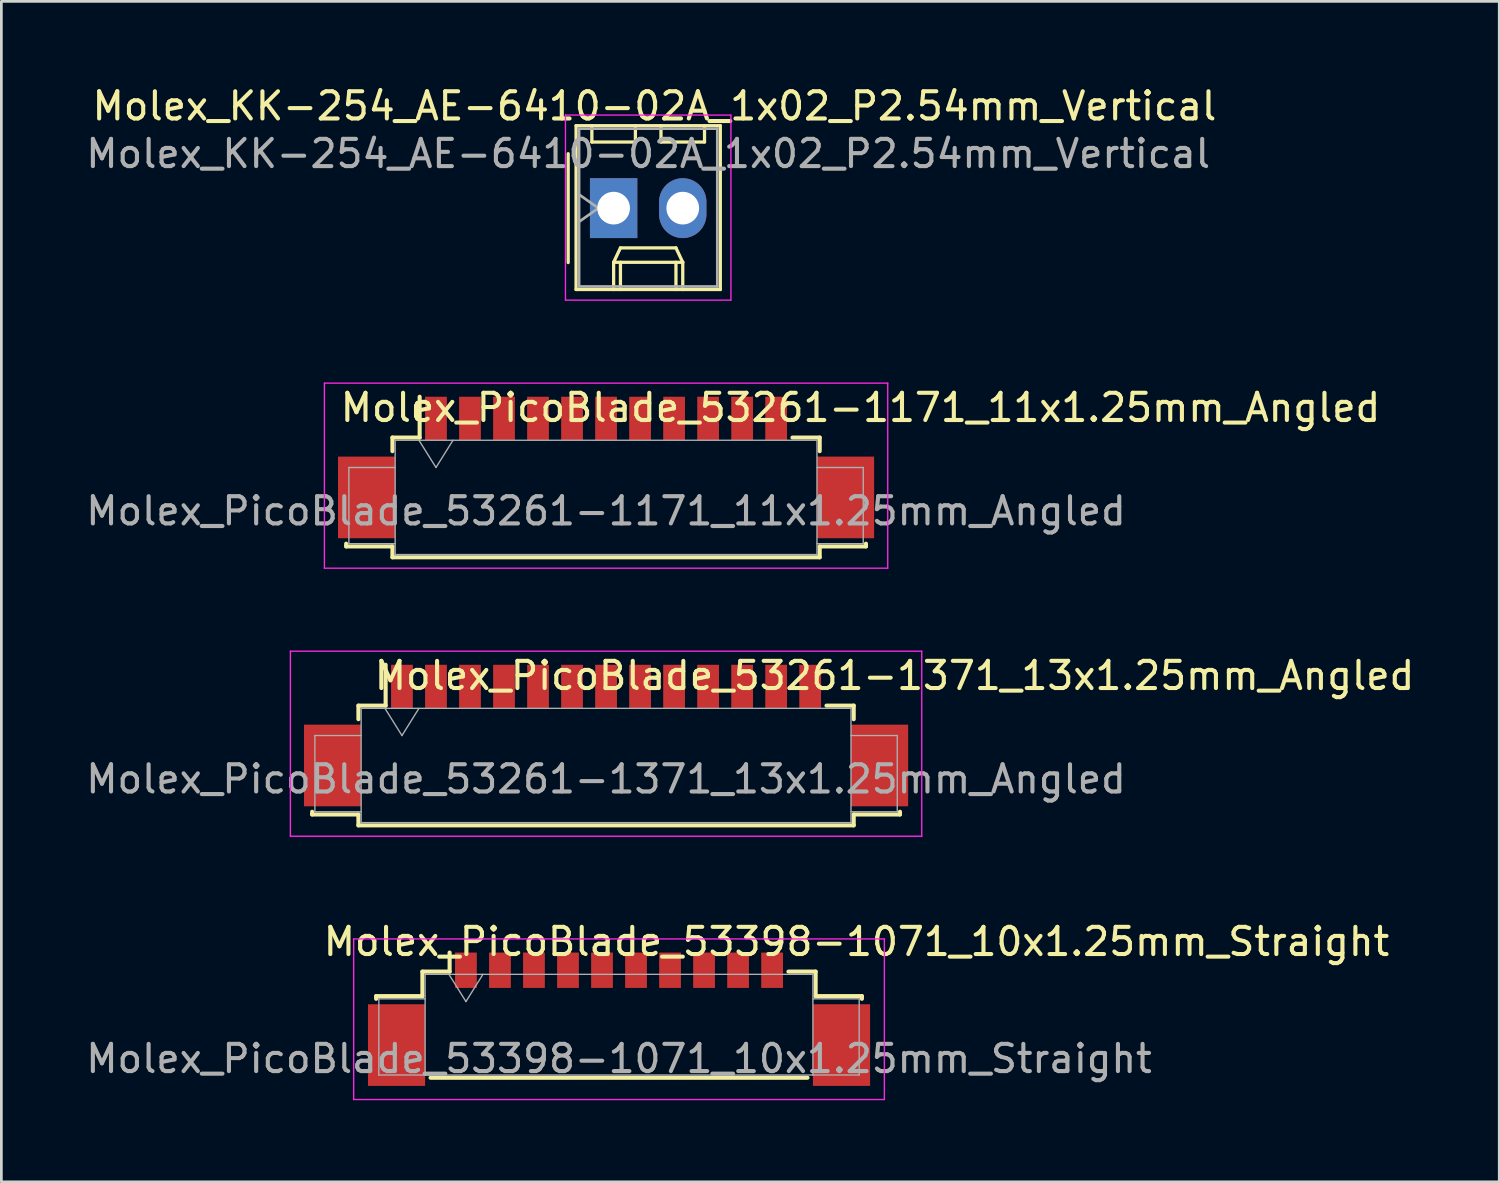
<source format=kicad_pcb>
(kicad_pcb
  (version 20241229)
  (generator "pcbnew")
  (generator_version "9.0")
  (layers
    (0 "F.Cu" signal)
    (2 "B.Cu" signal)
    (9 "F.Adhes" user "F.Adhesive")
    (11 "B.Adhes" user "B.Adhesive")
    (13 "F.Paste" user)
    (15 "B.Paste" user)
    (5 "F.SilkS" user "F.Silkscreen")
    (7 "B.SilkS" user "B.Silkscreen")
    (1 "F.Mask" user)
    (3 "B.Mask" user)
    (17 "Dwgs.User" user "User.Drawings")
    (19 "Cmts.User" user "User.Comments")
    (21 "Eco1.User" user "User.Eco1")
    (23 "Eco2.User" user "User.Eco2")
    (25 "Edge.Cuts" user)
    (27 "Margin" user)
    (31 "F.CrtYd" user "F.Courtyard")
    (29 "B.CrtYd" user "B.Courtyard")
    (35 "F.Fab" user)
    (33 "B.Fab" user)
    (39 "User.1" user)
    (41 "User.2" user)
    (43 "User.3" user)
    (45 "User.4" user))
  (footprint "Molex_PicoBlade_53398-1071_10x1.25mm_Straight"
    (layer "F.Cu")
    (at 19.696 35.352)
    (property "Reference" "Molex_PicoBlade_53398-1071_10x1.25mm_Straight" (at 0 0.5 0) (layer "F.Fab") (effects (font (size 1 1) (thickness 0.15))))
    (attr through_hole)
    (fp_line (start -8.925 -1.8) (end -8.925 -1.7) (stroke (width 0.15) (type solid)) (layer "F.SilkS"))
    (fp_line (start -7.225 -2.7) (end -7.225 -1.8) (stroke (width 0.15) (type solid)) (layer "F.SilkS"))
    (fp_line (start -7.225 -1.8) (end -8.925 -1.8) (stroke (width 0.15) (type solid)) (layer "F.SilkS"))
    (fp_line (start -6.925 1.2) (end 6.925 1.2) (stroke (width 0.15) (type solid)) (layer "F.SilkS"))
    (fp_line (start -6.225 -3.4) (end -6.225 -2.7) (stroke (width 0.15) (type solid)) (layer "F.SilkS"))
    (fp_line (start -6.225 -2.7) (end -7.225 -2.7) (stroke (width 0.15) (type solid)) (layer "F.SilkS"))
    (fp_line (start 6.225 -2.7) (end 7.225 -2.7) (stroke (width 0.15) (type solid)) (layer "F.SilkS"))
    (fp_line (start 7.225 -2.7) (end 7.225 -1.8) (stroke (width 0.15) (type solid)) (layer "F.SilkS"))
    (fp_line (start 7.225 -1.8) (end 8.925 -1.8) (stroke (width 0.15) (type solid)) (layer "F.SilkS"))
    (fp_line (start 8.925 -1.8) (end 8.925 -1.7) (stroke (width 0.15) (type solid)) (layer "F.SilkS"))
    (fp_line (start -9.75 -3.9) (end -9.75 2) (stroke (width 0.05) (type solid)) (layer "F.CrtYd"))
    (fp_line (start -9.75 2) (end 9.75 2) (stroke (width 0.05) (type solid)) (layer "F.CrtYd"))
    (fp_line (start 9.75 -3.9) (end -9.75 -3.9) (stroke (width 0.05) (type solid)) (layer "F.CrtYd"))
    (fp_line (start 9.75 2) (end 9.75 -3.9) (stroke (width 0.05) (type solid)) (layer "F.CrtYd"))
    (fp_line (start -8.825 -1.7) (end -7.125 -1.7) (stroke (width 0.05) (type solid)) (layer "F.Fab"))
    (fp_line (start -8.825 1.1) (end -8.825 -1.7) (stroke (width 0.05) (type solid)) (layer "F.Fab"))
    (fp_line (start -7.125 -2.6) (end 7.125 -2.6) (stroke (width 0.05) (type solid)) (layer "F.Fab"))
    (fp_line (start -7.125 1.1) (end -8.825 1.1) (stroke (width 0.05) (type solid)) (layer "F.Fab"))
    (fp_line (start -7.125 1.1) (end -7.125 -2.6) (stroke (width 0.05) (type solid)) (layer "F.Fab"))
    (fp_line (start -6.25 -2.6) (end -5.625 -1.6) (stroke (width 0.05) (type solid)) (layer "F.Fab"))
    (fp_line (start -5.625 -1.6) (end -5 -2.6) (stroke (width 0.05) (type solid)) (layer "F.Fab"))
    (fp_line (start 7.125 -2.6) (end 7.125 1.1) (stroke (width 0.05) (type solid)) (layer "F.Fab"))
    (fp_line (start 7.125 -1.7) (end 8.825 -1.7) (stroke (width 0.05) (type solid)) (layer "F.Fab"))
    (fp_line (start 7.125 1.1) (end -7.125 1.1) (stroke (width 0.05) (type solid)) (layer "F.Fab"))
    (fp_line (start 8.825 -1.7) (end 8.825 1.1) (stroke (width 0.05) (type solid)) (layer "F.Fab"))
    (fp_line (start 8.825 1.1) (end 7.125 1.1) (stroke (width 0.05) (type solid)) (layer "F.Fab"))
    (fp_text user "${REFERENCE}" (at 8.725 -3.8 0) (layer "F.SilkS") (effects (font (size 1 1) (thickness 0.15))))
    (pad "" smd rect (at -8.175 0) (size 2.1 3) (layers "F.Cu" "F.Mask" "F.Paste"))
    (pad "" smd rect (at 8.175 0) (size 2.1 3) (layers "F.Cu" "F.Mask" "F.Paste"))
    (pad "1" smd rect (at -5.625 -2.75) (size 0.8 1.3) (layers "F.Cu" "F.Mask" "F.Paste"))
    (pad "2" smd rect (at -4.375 -2.75) (size 0.8 1.3) (layers "F.Cu" "F.Mask" "F.Paste"))
    (pad "3" smd rect (at -3.125 -2.75) (size 0.8 1.3) (layers "F.Cu" "F.Mask" "F.Paste"))
    (pad "4" smd rect (at -1.875 -2.75) (size 0.8 1.3) (layers "F.Cu" "F.Mask" "F.Paste"))
    (pad "5" smd rect (at -0.625 -2.75) (size 0.8 1.3) (layers "F.Cu" "F.Mask" "F.Paste"))
    (pad "6" smd rect (at 0.625 -2.75) (size 0.8 1.3) (layers "F.Cu" "F.Mask" "F.Paste"))
    (pad "7" smd rect (at 1.875 -2.75) (size 0.8 1.3) (layers "F.Cu" "F.Mask" "F.Paste"))
    (pad "8" smd rect (at 3.125 -2.75) (size 0.8 1.3) (layers "F.Cu" "F.Mask" "F.Paste"))
    (pad "9" smd rect (at 4.375 -2.75) (size 0.8 1.3) (layers "F.Cu" "F.Mask" "F.Paste"))
    (pad "10" smd rect (at 5.625 -2.75) (size 0.8 1.3) (layers "F.Cu" "F.Mask" "F.Paste")))
  (footprint "Molex_KK-254_AE-6410-02A_1x02_P2.54mm_Vertical"
    (layer "F.Cu")
    (at 19.498 4.598)
    (property "Reference" "Molex_KK-254_AE-6410-02A_1x02_P2.54mm_Vertical" (at 1.27 -2 0) (layer "F.Fab") (effects (font (size 1 1) (thickness 0.15))))
    (attr through_hole)
    (fp_line (start -1.67 -2) (end -1.67 2) (stroke (width 0.12) (type solid)) (layer "F.SilkS"))
    (fp_line (start -1.38 -3.03) (end -1.38 2.99) (stroke (width 0.12) (type solid)) (layer "F.SilkS"))
    (fp_line (start -1.38 2.99) (end 3.92 2.99) (stroke (width 0.12) (type solid)) (layer "F.SilkS"))
    (fp_line (start -0.8 -3.03) (end -0.8 -2.43) (stroke (width 0.12) (type solid)) (layer "F.SilkS"))
    (fp_line (start -0.8 -2.43) (end 0.8 -2.43) (stroke (width 0.12) (type solid)) (layer "F.SilkS"))
    (fp_line (start 0 1.99) (end 0.25 1.46) (stroke (width 0.12) (type solid)) (layer "F.SilkS"))
    (fp_line (start 0 1.99) (end 2.54 1.99) (stroke (width 0.12) (type solid)) (layer "F.SilkS"))
    (fp_line (start 0 2.99) (end 0 1.99) (stroke (width 0.12) (type solid)) (layer "F.SilkS"))
    (fp_line (start 0.25 1.46) (end 2.29 1.46) (stroke (width 0.12) (type solid)) (layer "F.SilkS"))
    (fp_line (start 0.25 2.99) (end 0.25 1.99) (stroke (width 0.12) (type solid)) (layer "F.SilkS"))
    (fp_line (start 0.8 -2.43) (end 0.8 -3.03) (stroke (width 0.12) (type solid)) (layer "F.SilkS"))
    (fp_line (start 1.74 -3.03) (end 1.74 -2.43) (stroke (width 0.12) (type solid)) (layer "F.SilkS"))
    (fp_line (start 1.74 -2.43) (end 3.34 -2.43) (stroke (width 0.12) (type solid)) (layer "F.SilkS"))
    (fp_line (start 2.29 1.46) (end 2.54 1.99) (stroke (width 0.12) (type solid)) (layer "F.SilkS"))
    (fp_line (start 2.29 2.99) (end 2.29 1.99) (stroke (width 0.12) (type solid)) (layer "F.SilkS"))
    (fp_line (start 2.54 1.99) (end 2.54 2.99) (stroke (width 0.12) (type solid)) (layer "F.SilkS"))
    (fp_line (start 3.34 -2.43) (end 3.34 -3.03) (stroke (width 0.12) (type solid)) (layer "F.SilkS"))
    (fp_line (start 3.92 -3.03) (end -1.38 -3.03) (stroke (width 0.12) (type solid)) (layer "F.SilkS"))
    (fp_line (start 3.92 2.99) (end 3.92 -3.03) (stroke (width 0.12) (type solid)) (layer "F.SilkS"))
    (fp_line (start -1.77 -3.42) (end -1.77 3.38) (stroke (width 0.05) (type solid)) (layer "F.CrtYd"))
    (fp_line (start -1.77 3.38) (end 4.31 3.38) (stroke (width 0.05) (type solid)) (layer "F.CrtYd"))
    (fp_line (start 4.31 -3.42) (end -1.77 -3.42) (stroke (width 0.05) (type solid)) (layer "F.CrtYd"))
    (fp_line (start 4.31 3.38) (end 4.31 -3.42) (stroke (width 0.05) (type solid)) (layer "F.CrtYd"))
    (fp_line (start -1.27 -2.92) (end -1.27 2.88) (stroke (width 0.1) (type solid)) (layer "F.Fab"))
    (fp_line (start -1.27 -0.5) (end -0.563 0) (stroke (width 0.1) (type solid)) (layer "F.Fab"))
    (fp_line (start -1.27 2.88) (end 3.81 2.88) (stroke (width 0.1) (type solid)) (layer "F.Fab"))
    (fp_line (start -0.563 0) (end -1.27 0.5) (stroke (width 0.1) (type solid)) (layer "F.Fab"))
    (fp_line (start 3.81 -2.92) (end -1.27 -2.92) (stroke (width 0.1) (type solid)) (layer "F.Fab"))
    (fp_line (start 3.81 2.88) (end 3.81 -2.92) (stroke (width 0.1) (type solid)) (layer "F.Fab"))
    (fp_text user "${REFERENCE}" (at 1.5 -3.75 0) (layer "F.SilkS") (effects (font (size 1 1) (thickness 0.15))))
    (pad "1" thru_hole rect (at 0 0) (size 1.74 2.2) (drill 1.2) (layers "*.Cu" "*.Mask"))
    (pad "2" thru_hole oval (at 2.54 0) (size 1.74 2.2) (drill 1.2) (layers "*.Cu" "*.Mask")))
  (footprint "Molex_PicoBlade_53261-1171_11x1.25mm_Angled"
    (layer "F.Cu")
    (at 19.22 15.228)
    (property "Reference" "Molex_PicoBlade_53261-1171_11x1.25mm_Angled" (at 0 0.5 0) (layer "F.Fab") (effects (font (size 1 1) (thickness 0.15))))
    (attr through_hole)
    (fp_line (start -9.55 1.7) (end -9.55 1.8) (stroke (width 0.15) (type solid)) (layer "F.SilkS"))
    (fp_line (start -9.55 1.8) (end -7.85 1.8) (stroke (width 0.15) (type solid)) (layer "F.SilkS"))
    (fp_line (start -7.85 -2.2) (end -7.85 -1.7) (stroke (width 0.15) (type solid)) (layer "F.SilkS"))
    (fp_line (start -7.85 1.8) (end -7.85 2.2) (stroke (width 0.15) (type solid)) (layer "F.SilkS"))
    (fp_line (start -7.85 2.2) (end 7.85 2.2) (stroke (width 0.15) (type solid)) (layer "F.SilkS"))
    (fp_line (start -6.85 -3.7) (end -6.85 -2.2) (stroke (width 0.15) (type solid)) (layer "F.SilkS"))
    (fp_line (start -6.85 -2.2) (end -7.85 -2.2) (stroke (width 0.15) (type solid)) (layer "F.SilkS"))
    (fp_line (start 6.85 -2.2) (end 7.85 -2.2) (stroke (width 0.15) (type solid)) (layer "F.SilkS"))
    (fp_line (start 7.85 -2.2) (end 7.85 -1.7) (stroke (width 0.15) (type solid)) (layer "F.SilkS"))
    (fp_line (start 7.85 1.8) (end 9.55 1.8) (stroke (width 0.15) (type solid)) (layer "F.SilkS"))
    (fp_line (start 7.85 2.2) (end 7.85 1.8) (stroke (width 0.15) (type solid)) (layer "F.SilkS"))
    (fp_line (start 9.55 1.8) (end 9.55 1.7) (stroke (width 0.15) (type solid)) (layer "F.SilkS"))
    (fp_line (start -10.35 -4.2) (end -10.35 2.6) (stroke (width 0.05) (type solid)) (layer "F.CrtYd"))
    (fp_line (start -10.35 2.6) (end 10.35 2.6) (stroke (width 0.05) (type solid)) (layer "F.CrtYd"))
    (fp_line (start 10.35 -4.2) (end -10.35 -4.2) (stroke (width 0.05) (type solid)) (layer "F.CrtYd"))
    (fp_line (start 10.35 2.6) (end 10.35 -4.2) (stroke (width 0.05) (type solid)) (layer "F.CrtYd"))
    (fp_line (start -9.45 -1.1) (end -7.75 -1.1) (stroke (width 0.05) (type solid)) (layer "F.Fab"))
    (fp_line (start -9.45 1.7) (end -9.45 -1.1) (stroke (width 0.05) (type solid)) (layer "F.Fab"))
    (fp_line (start -7.75 -2.1) (end 7.75 -2.1) (stroke (width 0.05) (type solid)) (layer "F.Fab"))
    (fp_line (start -7.75 1.7) (end -9.45 1.7) (stroke (width 0.05) (type solid)) (layer "F.Fab"))
    (fp_line (start -7.75 2.1) (end -7.75 -2.1) (stroke (width 0.05) (type solid)) (layer "F.Fab"))
    (fp_line (start -6.875 -2.1) (end -6.25 -1.1) (stroke (width 0.05) (type solid)) (layer "F.Fab"))
    (fp_line (start -6.25 -1.1) (end -5.625 -2.1) (stroke (width 0.05) (type solid)) (layer "F.Fab"))
    (fp_line (start 7.75 -2.1) (end 7.75 2.1) (stroke (width 0.05) (type solid)) (layer "F.Fab"))
    (fp_line (start 7.75 -1.1) (end 9.45 -1.1) (stroke (width 0.05) (type solid)) (layer "F.Fab"))
    (fp_line (start 7.75 2.1) (end -7.75 2.1) (stroke (width 0.05) (type solid)) (layer "F.Fab"))
    (fp_line (start 9.45 -1.1) (end 9.45 1.7) (stroke (width 0.05) (type solid)) (layer "F.Fab"))
    (fp_line (start 9.45 1.7) (end 7.75 1.7) (stroke (width 0.05) (type solid)) (layer "F.Fab"))
    (fp_text user "${REFERENCE}" (at 9.35 -3.3 0) (layer "F.SilkS") (effects (font (size 1 1) (thickness 0.15))))
    (pad "" smd rect (at -8.8 0) (size 2.1 3) (layers "F.Cu" "F.Mask" "F.Paste"))
    (pad "" smd rect (at 8.8 0) (size 2.1 3) (layers "F.Cu" "F.Mask" "F.Paste"))
    (pad "1" smd rect (at -6.25 -2.9) (size 0.8 1.6) (layers "F.Cu" "F.Mask" "F.Paste"))
    (pad "2" smd rect (at -5 -2.9) (size 0.8 1.6) (layers "F.Cu" "F.Mask" "F.Paste"))
    (pad "3" smd rect (at -3.75 -2.9) (size 0.8 1.6) (layers "F.Cu" "F.Mask" "F.Paste"))
    (pad "4" smd rect (at -2.5 -2.9) (size 0.8 1.6) (layers "F.Cu" "F.Mask" "F.Paste"))
    (pad "5" smd rect (at -1.25 -2.9) (size 0.8 1.6) (layers "F.Cu" "F.Mask" "F.Paste"))
    (pad "6" smd rect (at 0 -2.9) (size 0.8 1.6) (layers "F.Cu" "F.Mask" "F.Paste"))
    (pad "7" smd rect (at 1.25 -2.9) (size 0.8 1.6) (layers "F.Cu" "F.Mask" "F.Paste"))
    (pad "8" smd rect (at 2.5 -2.9) (size 0.8 1.6) (layers "F.Cu" "F.Mask" "F.Paste"))
    (pad "9" smd rect (at 3.75 -2.9) (size 0.8 1.6) (layers "F.Cu" "F.Mask" "F.Paste"))
    (pad "10" smd rect (at 5 -2.9) (size 0.8 1.6) (layers "F.Cu" "F.Mask" "F.Paste"))
    (pad "11" smd rect (at 6.25 -2.9) (size 0.8 1.6) (layers "F.Cu" "F.Mask" "F.Paste")))
  (footprint "Molex_PicoBlade_53261-1371_13x1.25mm_Angled"
    (layer "F.Cu")
    (at 19.22 25.078)
    (property "Reference" "Molex_PicoBlade_53261-1371_13x1.25mm_Angled" (at 0 0.5 0) (layer "F.Fab") (effects (font (size 1 1) (thickness 0.15))))
    (attr through_hole)
    (fp_line (start -10.8 1.7) (end -10.8 1.8) (stroke (width 0.15) (type solid)) (layer "F.SilkS"))
    (fp_line (start -10.8 1.8) (end -9.1 1.8) (stroke (width 0.15) (type solid)) (layer "F.SilkS"))
    (fp_line (start -9.1 -2.2) (end -9.1 -1.7) (stroke (width 0.15) (type solid)) (layer "F.SilkS"))
    (fp_line (start -9.1 1.8) (end -9.1 2.2) (stroke (width 0.15) (type solid)) (layer "F.SilkS"))
    (fp_line (start -9.1 2.2) (end 9.1 2.2) (stroke (width 0.15) (type solid)) (layer "F.SilkS"))
    (fp_line (start -8.1 -3.7) (end -8.1 -2.2) (stroke (width 0.15) (type solid)) (layer "F.SilkS"))
    (fp_line (start -8.1 -2.2) (end -9.1 -2.2) (stroke (width 0.15) (type solid)) (layer "F.SilkS"))
    (fp_line (start 8.1 -2.2) (end 9.1 -2.2) (stroke (width 0.15) (type solid)) (layer "F.SilkS"))
    (fp_line (start 9.1 -2.2) (end 9.1 -1.7) (stroke (width 0.15) (type solid)) (layer "F.SilkS"))
    (fp_line (start 9.1 1.8) (end 10.8 1.8) (stroke (width 0.15) (type solid)) (layer "F.SilkS"))
    (fp_line (start 9.1 2.2) (end 9.1 1.8) (stroke (width 0.15) (type solid)) (layer "F.SilkS"))
    (fp_line (start 10.8 1.8) (end 10.8 1.7) (stroke (width 0.15) (type solid)) (layer "F.SilkS"))
    (fp_line (start -11.6 -4.2) (end -11.6 2.6) (stroke (width 0.05) (type solid)) (layer "F.CrtYd"))
    (fp_line (start -11.6 2.6) (end 11.6 2.6) (stroke (width 0.05) (type solid)) (layer "F.CrtYd"))
    (fp_line (start 11.6 -4.2) (end -11.6 -4.2) (stroke (width 0.05) (type solid)) (layer "F.CrtYd"))
    (fp_line (start 11.6 2.6) (end 11.6 -4.2) (stroke (width 0.05) (type solid)) (layer "F.CrtYd"))
    (fp_line (start -10.7 -1.1) (end -9 -1.1) (stroke (width 0.05) (type solid)) (layer "F.Fab"))
    (fp_line (start -10.7 1.7) (end -10.7 -1.1) (stroke (width 0.05) (type solid)) (layer "F.Fab"))
    (fp_line (start -9 -2.1) (end 9 -2.1) (stroke (width 0.05) (type solid)) (layer "F.Fab"))
    (fp_line (start -9 1.7) (end -10.7 1.7) (stroke (width 0.05) (type solid)) (layer "F.Fab"))
    (fp_line (start -9 2.1) (end -9 -2.1) (stroke (width 0.05) (type solid)) (layer "F.Fab"))
    (fp_line (start -8.125 -2.1) (end -7.5 -1.1) (stroke (width 0.05) (type solid)) (layer "F.Fab"))
    (fp_line (start -7.5 -1.1) (end -6.875 -2.1) (stroke (width 0.05) (type solid)) (layer "F.Fab"))
    (fp_line (start 9 -2.1) (end 9 2.1) (stroke (width 0.05) (type solid)) (layer "F.Fab"))
    (fp_line (start 9 -1.1) (end 10.7 -1.1) (stroke (width 0.05) (type solid)) (layer "F.Fab"))
    (fp_line (start 9 2.1) (end -9 2.1) (stroke (width 0.05) (type solid)) (layer "F.Fab"))
    (fp_line (start 10.7 -1.1) (end 10.7 1.7) (stroke (width 0.05) (type solid)) (layer "F.Fab"))
    (fp_line (start 10.7 1.7) (end 9 1.7) (stroke (width 0.05) (type solid)) (layer "F.Fab"))
    (fp_text user "${REFERENCE}" (at 10.6 -3.3 0) (layer "F.SilkS") (effects (font (size 1 1) (thickness 0.15))))
    (pad "" smd rect (at -10.05 0) (size 2.1 3) (layers "F.Cu" "F.Mask" "F.Paste"))
    (pad "" smd rect (at 10.05 0) (size 2.1 3) (layers "F.Cu" "F.Mask" "F.Paste"))
    (pad "1" smd rect (at -7.5 -2.9) (size 0.8 1.6) (layers "F.Cu" "F.Mask" "F.Paste"))
    (pad "2" smd rect (at -6.25 -2.9) (size 0.8 1.6) (layers "F.Cu" "F.Mask" "F.Paste"))
    (pad "3" smd rect (at -5 -2.9) (size 0.8 1.6) (layers "F.Cu" "F.Mask" "F.Paste"))
    (pad "4" smd rect (at -3.75 -2.9) (size 0.8 1.6) (layers "F.Cu" "F.Mask" "F.Paste"))
    (pad "5" smd rect (at -2.5 -2.9) (size 0.8 1.6) (layers "F.Cu" "F.Mask" "F.Paste"))
    (pad "6" smd rect (at -1.25 -2.9) (size 0.8 1.6) (layers "F.Cu" "F.Mask" "F.Paste"))
    (pad "7" smd rect (at 0 -2.9) (size 0.8 1.6) (layers "F.Cu" "F.Mask" "F.Paste"))
    (pad "8" smd rect (at 1.25 -2.9) (size 0.8 1.6) (layers "F.Cu" "F.Mask" "F.Paste"))
    (pad "9" smd rect (at 2.5 -2.9) (size 0.8 1.6) (layers "F.Cu" "F.Mask" "F.Paste"))
    (pad "10" smd rect (at 3.75 -2.9) (size 0.8 1.6) (layers "F.Cu" "F.Mask" "F.Paste"))
    (pad "11" smd rect (at 5 -2.9) (size 0.8 1.6) (layers "F.Cu" "F.Mask" "F.Paste"))
    (pad "12" smd rect (at 6.25 -2.9) (size 0.8 1.6) (layers "F.Cu" "F.Mask" "F.Paste"))
    (pad "13" smd rect (at 7.5 -2.9) (size 0.8 1.6) (layers "F.Cu" "F.Mask" "F.Paste")))
  (gr_rect
    (start -3 -3)
    (end 52.04 40.377)
    (stroke (width 0.1) (type default))
    (fill no)
    (layer "Edge.Cuts")))
</source>
